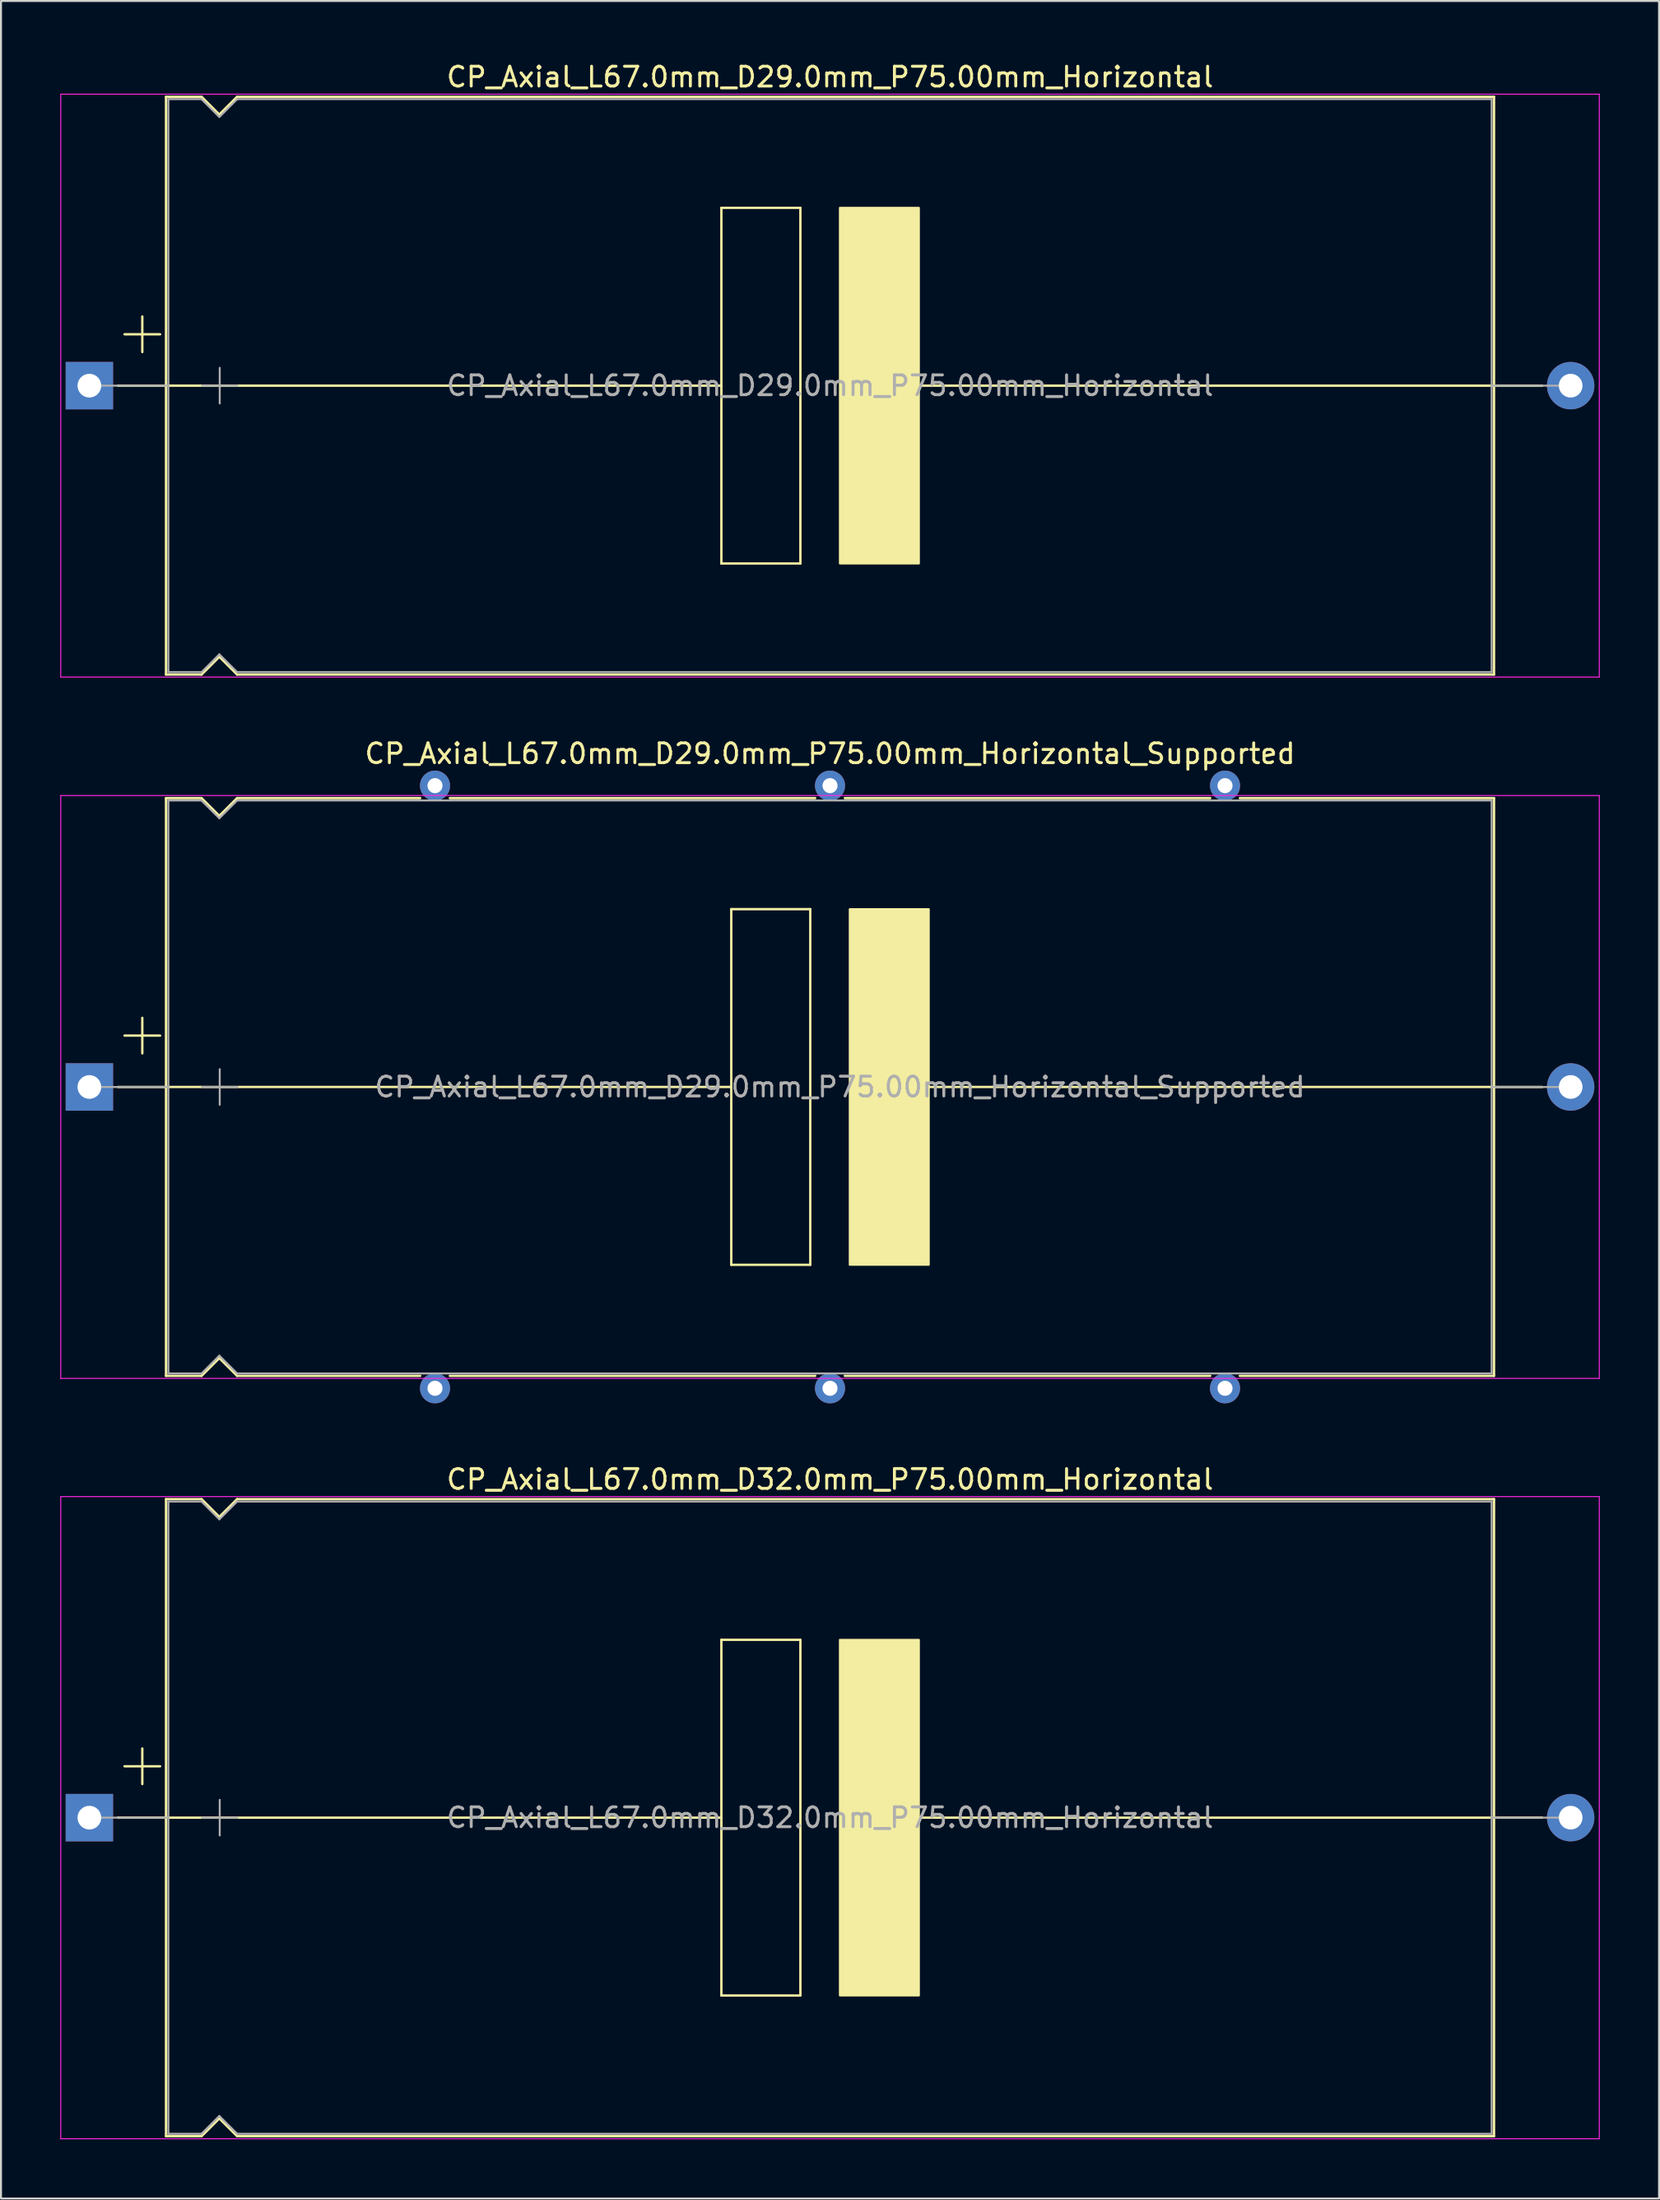
<source format=kicad_pcb>
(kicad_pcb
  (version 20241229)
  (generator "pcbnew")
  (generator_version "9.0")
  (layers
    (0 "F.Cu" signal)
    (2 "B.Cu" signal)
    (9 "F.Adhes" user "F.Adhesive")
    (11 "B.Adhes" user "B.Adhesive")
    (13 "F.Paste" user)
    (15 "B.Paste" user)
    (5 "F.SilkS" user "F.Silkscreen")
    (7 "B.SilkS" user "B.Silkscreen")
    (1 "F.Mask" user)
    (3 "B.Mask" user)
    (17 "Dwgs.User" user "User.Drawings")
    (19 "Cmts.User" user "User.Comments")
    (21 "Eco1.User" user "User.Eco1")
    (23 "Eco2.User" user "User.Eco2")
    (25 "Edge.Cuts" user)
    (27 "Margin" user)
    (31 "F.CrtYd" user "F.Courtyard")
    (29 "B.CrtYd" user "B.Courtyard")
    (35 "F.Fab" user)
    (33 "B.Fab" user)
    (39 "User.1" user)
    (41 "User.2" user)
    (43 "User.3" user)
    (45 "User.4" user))
  (footprint "CP_Axial_L67.0mm_D32.0mm_P75.00mm_Horizontal"
    (layer "F.Cu")
    (at 1.475 88.942)
    (property "Reference" "CP_Axial_L67.0mm_D32.0mm_P75.00mm_Horizontal" (at 37.5 -17.12 0) (layer "F.SilkS") (effects (font (size 1 1) (thickness 0.15))))
    (attr through_hole)
    (fp_line (start 1.44 0) (end 3.88 0) (stroke (width 0.12) (type solid)) (layer "F.SilkS"))
    (fp_line (start 1.78 -2.6) (end 3.58 -2.6) (stroke (width 0.12) (type solid)) (layer "F.SilkS"))
    (fp_line (start 2.68 -3.5) (end 2.68 -1.7) (stroke (width 0.12) (type solid)) (layer "F.SilkS"))
    (fp_line (start 3.88 -16.12) (end 3.88 16.12) (stroke (width 0.12) (type solid)) (layer "F.SilkS"))
    (fp_line (start 3.88 -16.12) (end 5.68 -16.12) (stroke (width 0.12) (type solid)) (layer "F.SilkS"))
    (fp_line (start 3.88 0) (end 32 0) (stroke (width 0.12) (type solid)) (layer "F.SilkS"))
    (fp_line (start 3.88 16.12) (end 5.68 16.12) (stroke (width 0.12) (type solid)) (layer "F.SilkS"))
    (fp_line (start 5.68 -16.12) (end 6.58 -15.22) (stroke (width 0.12) (type solid)) (layer "F.SilkS"))
    (fp_line (start 5.68 16.12) (end 6.58 15.22) (stroke (width 0.12) (type solid)) (layer "F.SilkS"))
    (fp_line (start 6.58 -15.22) (end 7.48 -16.12) (stroke (width 0.12) (type solid)) (layer "F.SilkS"))
    (fp_line (start 6.58 15.22) (end 7.48 16.12) (stroke (width 0.12) (type solid)) (layer "F.SilkS"))
    (fp_line (start 7.48 -16.12) (end 71.12 -16.12) (stroke (width 0.12) (type solid)) (layer "F.SilkS"))
    (fp_line (start 7.48 16.12) (end 71.12 16.12) (stroke (width 0.12) (type solid)) (layer "F.SilkS"))
    (fp_line (start 32 -9) (end 36 -9) (stroke (width 0.12) (type solid)) (layer "F.SilkS"))
    (fp_line (start 32 9) (end 32 -9) (stroke (width 0.12) (type solid)) (layer "F.SilkS"))
    (fp_line (start 36 -9) (end 36 9) (stroke (width 0.12) (type solid)) (layer "F.SilkS"))
    (fp_line (start 36 9) (end 32 9) (stroke (width 0.12) (type solid)) (layer "F.SilkS"))
    (fp_line (start 42 0) (end 71.12 0) (stroke (width 0.12) (type solid)) (layer "F.SilkS"))
    (fp_line (start 71.12 -16.12) (end 71.12 16.12) (stroke (width 0.12) (type solid)) (layer "F.SilkS"))
    (fp_line (start 73.56 0) (end 71.12 0) (stroke (width 0.12) (type solid)) (layer "F.SilkS"))
    (fp_poly (pts (xy 42 9) (xy 38 9) (xy 38 -9) (xy 42 -9)) (stroke (width 0.1) (type solid)) (fill yes) (layer "F.SilkS"))
    (fp_line (start -1.45 -16.25) (end -1.45 16.25) (stroke (width 0.05) (type solid)) (layer "F.CrtYd"))
    (fp_line (start -1.45 16.25) (end 76.45 16.25) (stroke (width 0.05) (type solid)) (layer "F.CrtYd"))
    (fp_line (start 76.45 -16.25) (end -1.45 -16.25) (stroke (width 0.05) (type solid)) (layer "F.CrtYd"))
    (fp_line (start 76.45 16.25) (end 76.45 -16.25) (stroke (width 0.05) (type solid)) (layer "F.CrtYd"))
    (fp_line (start 0 0) (end 4 0) (stroke (width 0.1) (type solid)) (layer "F.Fab"))
    (fp_line (start 4 -16) (end 4 16) (stroke (width 0.1) (type solid)) (layer "F.Fab"))
    (fp_line (start 4 -16) (end 5.68 -16) (stroke (width 0.1) (type solid)) (layer "F.Fab"))
    (fp_line (start 4 16) (end 5.68 16) (stroke (width 0.1) (type solid)) (layer "F.Fab"))
    (fp_line (start 5.68 -16) (end 6.58 -15.1) (stroke (width 0.1) (type solid)) (layer "F.Fab"))
    (fp_line (start 5.68 16) (end 6.58 15.1) (stroke (width 0.1) (type solid)) (layer "F.Fab"))
    (fp_line (start 5.7 0) (end 7.5 0) (stroke (width 0.1) (type solid)) (layer "F.Fab"))
    (fp_line (start 6.58 -15.1) (end 7.48 -16) (stroke (width 0.1) (type solid)) (layer "F.Fab"))
    (fp_line (start 6.58 15.1) (end 7.48 16) (stroke (width 0.1) (type solid)) (layer "F.Fab"))
    (fp_line (start 6.6 -0.9) (end 6.6 0.9) (stroke (width 0.1) (type solid)) (layer "F.Fab"))
    (fp_line (start 7.48 -16) (end 71 -16) (stroke (width 0.1) (type solid)) (layer "F.Fab"))
    (fp_line (start 7.48 16) (end 71 16) (stroke (width 0.1) (type solid)) (layer "F.Fab"))
    (fp_line (start 71 -16) (end 71 16) (stroke (width 0.1) (type solid)) (layer "F.Fab"))
    (fp_line (start 75 0) (end 71 0) (stroke (width 0.1) (type solid)) (layer "F.Fab"))
    (fp_text user "${REFERENCE}" (at 37.5 0 0) (layer "F.Fab") (effects (font (size 1 1) (thickness 0.15))))
    (pad "1" thru_hole rect (at 0 0) (size 2.4 2.4) (drill 1.2) (layers "*.Cu" "*.Mask"))
    (pad "2" thru_hole oval (at 75 0) (size 2.4 2.4) (drill 1.2) (layers "*.Cu" "*.Mask")))
  (footprint "CP_Axial_L67.0mm_D29.0mm_P75.00mm_Horizontal_Supported"
    (layer "F.Cu")
    (at 1.475 51.962)
    (property "Reference" "CP_Axial_L67.0mm_D29.0mm_P75.00mm_Horizontal_Supported" (at 37.5 -16.87 0) (layer "F.SilkS") (effects (font (size 1 1) (thickness 0.15))))
    (attr through_hole)
    (fp_line (start 1.44 0) (end 3.88 0) (stroke (width 0.12) (type solid)) (layer "F.SilkS"))
    (fp_line (start 1.78 -2.6) (end 3.58 -2.6) (stroke (width 0.12) (type solid)) (layer "F.SilkS"))
    (fp_line (start 2.68 -3.5) (end 2.68 -1.7) (stroke (width 0.12) (type solid)) (layer "F.SilkS"))
    (fp_line (start 3.88 -14.62) (end 3.88 14.62) (stroke (width 0.12) (type solid)) (layer "F.SilkS"))
    (fp_line (start 3.88 -14.62) (end 5.68 -14.62) (stroke (width 0.12) (type solid)) (layer "F.SilkS"))
    (fp_line (start 3.88 0) (end 32.5 0) (stroke (width 0.12) (type solid)) (layer "F.SilkS"))
    (fp_line (start 3.88 14.62) (end 5.68 14.62) (stroke (width 0.12) (type solid)) (layer "F.SilkS"))
    (fp_line (start 5.68 -14.62) (end 6.58 -13.72) (stroke (width 0.12) (type solid)) (layer "F.SilkS"))
    (fp_line (start 5.68 14.62) (end 6.58 13.72) (stroke (width 0.12) (type solid)) (layer "F.SilkS"))
    (fp_line (start 6.58 -13.72) (end 7.48 -14.62) (stroke (width 0.12) (type solid)) (layer "F.SilkS"))
    (fp_line (start 6.58 13.72) (end 7.48 14.62) (stroke (width 0.12) (type solid)) (layer "F.SilkS"))
    (fp_line (start 7.48 -14.62) (end 16.75 -14.62) (stroke (width 0.12) (type solid)) (layer "F.SilkS"))
    (fp_line (start 7.48 14.62) (end 16.75 14.62) (stroke (width 0.12) (type solid)) (layer "F.SilkS"))
    (fp_line (start 18.25 -14.62) (end 36.75 -14.62) (stroke (width 0.12) (type solid)) (layer "F.SilkS"))
    (fp_line (start 18.25 14.62) (end 36.75 14.62) (stroke (width 0.12) (type solid)) (layer "F.SilkS"))
    (fp_line (start 32.5 -9) (end 36.5 -9) (stroke (width 0.12) (type solid)) (layer "F.SilkS"))
    (fp_line (start 32.5 9) (end 32.5 -9) (stroke (width 0.12) (type solid)) (layer "F.SilkS"))
    (fp_line (start 36.5 -9) (end 36.5 9) (stroke (width 0.12) (type solid)) (layer "F.SilkS"))
    (fp_line (start 36.5 9) (end 32.5 9) (stroke (width 0.12) (type solid)) (layer "F.SilkS"))
    (fp_line (start 38.25 -14.62) (end 56.75 -14.62) (stroke (width 0.12) (type solid)) (layer "F.SilkS"))
    (fp_line (start 38.25 14.62) (end 56.75 14.62) (stroke (width 0.12) (type solid)) (layer "F.SilkS"))
    (fp_line (start 42 0) (end 71.12 0) (stroke (width 0.12) (type solid)) (layer "F.SilkS"))
    (fp_line (start 58.25 -14.62) (end 71.12 -14.62) (stroke (width 0.12) (type solid)) (layer "F.SilkS"))
    (fp_line (start 58.25 14.62) (end 71.12 14.62) (stroke (width 0.12) (type solid)) (layer "F.SilkS"))
    (fp_line (start 71.12 -14.62) (end 71.12 14.62) (stroke (width 0.12) (type solid)) (layer "F.SilkS"))
    (fp_line (start 73.56 0) (end 71.12 0) (stroke (width 0.12) (type solid)) (layer "F.SilkS"))
    (fp_poly (pts (xy 42.5 9) (xy 38.5 9) (xy 38.5 -9) (xy 42.5 -9)) (stroke (width 0.1) (type solid)) (fill yes) (layer "F.SilkS"))
    (fp_line (start -1.45 -14.75) (end -1.45 14.75) (stroke (width 0.05) (type solid)) (layer "F.CrtYd"))
    (fp_line (start -1.45 14.75) (end 76.45 14.75) (stroke (width 0.05) (type solid)) (layer "F.CrtYd"))
    (fp_line (start 76.45 -14.75) (end -1.45 -14.75) (stroke (width 0.05) (type solid)) (layer "F.CrtYd"))
    (fp_line (start 76.45 14.75) (end 76.45 -14.75) (stroke (width 0.05) (type solid)) (layer "F.CrtYd"))
    (fp_line (start 0 0) (end 4 0) (stroke (width 0.1) (type solid)) (layer "F.Fab"))
    (fp_line (start 4 -14.5) (end 4 14.5) (stroke (width 0.1) (type solid)) (layer "F.Fab"))
    (fp_line (start 4 -14.5) (end 5.68 -14.5) (stroke (width 0.1) (type solid)) (layer "F.Fab"))
    (fp_line (start 4 14.5) (end 5.68 14.5) (stroke (width 0.1) (type solid)) (layer "F.Fab"))
    (fp_line (start 5.68 -14.5) (end 6.58 -13.6) (stroke (width 0.1) (type solid)) (layer "F.Fab"))
    (fp_line (start 5.68 14.5) (end 6.58 13.6) (stroke (width 0.1) (type solid)) (layer "F.Fab"))
    (fp_line (start 5.7 0) (end 7.5 0) (stroke (width 0.1) (type solid)) (layer "F.Fab"))
    (fp_line (start 6.58 -13.6) (end 7.48 -14.5) (stroke (width 0.1) (type solid)) (layer "F.Fab"))
    (fp_line (start 6.58 13.6) (end 7.48 14.5) (stroke (width 0.1) (type solid)) (layer "F.Fab"))
    (fp_line (start 6.6 -0.9) (end 6.6 0.9) (stroke (width 0.1) (type solid)) (layer "F.Fab"))
    (fp_line (start 7.48 -14.5) (end 71 -14.5) (stroke (width 0.1) (type solid)) (layer "F.Fab"))
    (fp_line (start 7.48 14.5) (end 71 14.5) (stroke (width 0.1) (type solid)) (layer "F.Fab"))
    (fp_line (start 71 -14.5) (end 71 14.5) (stroke (width 0.1) (type solid)) (layer "F.Fab"))
    (fp_line (start 75 0) (end 71 0) (stroke (width 0.1) (type solid)) (layer "F.Fab"))
    (fp_text user "${REFERENCE}" (at 38 0 0) (layer "F.Fab") (effects (font (size 1 1) (thickness 0.15))))
    (pad "" thru_hole circle (at 17.5 -15.25) (size 1.524 1.524) (drill 0.762) (layers "*.Cu" "*.Mask"))
    (pad "" thru_hole circle (at 17.5 15.25) (size 1.524 1.524) (drill 0.762) (layers "*.Cu" "*.Mask"))
    (pad "" thru_hole circle (at 37.5 -15.25) (size 1.524 1.524) (drill 0.762) (layers "*.Cu" "*.Mask"))
    (pad "" thru_hole circle (at 37.5 15.25) (size 1.524 1.524) (drill 0.762) (layers "*.Cu" "*.Mask"))
    (pad "" thru_hole circle (at 57.5 -15.25) (size 1.524 1.524) (drill 0.762) (layers "*.Cu" "*.Mask"))
    (pad "" thru_hole circle (at 57.5 15.25) (size 1.524 1.524) (drill 0.762) (layers "*.Cu" "*.Mask"))
    (pad "1" thru_hole rect (at 0 0) (size 2.4 2.4) (drill 1.2) (layers "*.Cu" "*.Mask"))
    (pad "2" thru_hole oval (at 75 0) (size 2.4 2.4) (drill 1.2) (layers "*.Cu" "*.Mask")))
  (footprint "CP_Axial_L67.0mm_D29.0mm_P75.00mm_Horizontal"
    (layer "F.Cu")
    (at 1.475 16.468)
    (property "Reference" "CP_Axial_L67.0mm_D29.0mm_P75.00mm_Horizontal" (at 37.5 -15.62 0) (layer "F.SilkS") (effects (font (size 1 1) (thickness 0.15))))
    (attr through_hole)
    (fp_line (start 1.44 0) (end 3.88 0) (stroke (width 0.12) (type solid)) (layer "F.SilkS"))
    (fp_line (start 1.78 -2.6) (end 3.58 -2.6) (stroke (width 0.12) (type solid)) (layer "F.SilkS"))
    (fp_line (start 2.68 -3.5) (end 2.68 -1.7) (stroke (width 0.12) (type solid)) (layer "F.SilkS"))
    (fp_line (start 3.873 0) (end 32 0) (stroke (width 0.12) (type solid)) (layer "F.SilkS"))
    (fp_line (start 3.88 -14.62) (end 3.88 14.62) (stroke (width 0.12) (type solid)) (layer "F.SilkS"))
    (fp_line (start 3.88 -14.62) (end 5.68 -14.62) (stroke (width 0.12) (type solid)) (layer "F.SilkS"))
    (fp_line (start 3.88 14.62) (end 5.68 14.62) (stroke (width 0.12) (type solid)) (layer "F.SilkS"))
    (fp_line (start 5.68 -14.62) (end 6.58 -13.72) (stroke (width 0.12) (type solid)) (layer "F.SilkS"))
    (fp_line (start 5.68 14.62) (end 6.58 13.72) (stroke (width 0.12) (type solid)) (layer "F.SilkS"))
    (fp_line (start 6.58 -13.72) (end 7.48 -14.62) (stroke (width 0.12) (type solid)) (layer "F.SilkS"))
    (fp_line (start 6.58 13.72) (end 7.48 14.62) (stroke (width 0.12) (type solid)) (layer "F.SilkS"))
    (fp_line (start 7.48 -14.62) (end 71.12 -14.62) (stroke (width 0.12) (type solid)) (layer "F.SilkS"))
    (fp_line (start 7.48 14.62) (end 71.12 14.62) (stroke (width 0.12) (type solid)) (layer "F.SilkS"))
    (fp_line (start 32 -9) (end 36 -9) (stroke (width 0.12) (type solid)) (layer "F.SilkS"))
    (fp_line (start 32 9) (end 32 -9) (stroke (width 0.12) (type solid)) (layer "F.SilkS"))
    (fp_line (start 36 -9) (end 36 9) (stroke (width 0.12) (type solid)) (layer "F.SilkS"))
    (fp_line (start 36 9) (end 32 9) (stroke (width 0.12) (type solid)) (layer "F.SilkS"))
    (fp_line (start 42 0) (end 71.12 0) (stroke (width 0.12) (type solid)) (layer "F.SilkS"))
    (fp_line (start 71.12 -14.62) (end 71.12 14.62) (stroke (width 0.12) (type solid)) (layer "F.SilkS"))
    (fp_line (start 73.56 0) (end 71.12 0) (stroke (width 0.12) (type solid)) (layer "F.SilkS"))
    (fp_poly (pts (xy 42 9) (xy 38 9) (xy 38 -9) (xy 42 -9)) (stroke (width 0.1) (type solid)) (fill yes) (layer "F.SilkS"))
    (fp_line (start -1.45 -14.75) (end -1.45 14.75) (stroke (width 0.05) (type solid)) (layer "F.CrtYd"))
    (fp_line (start -1.45 14.75) (end 76.45 14.75) (stroke (width 0.05) (type solid)) (layer "F.CrtYd"))
    (fp_line (start 76.45 -14.75) (end -1.45 -14.75) (stroke (width 0.05) (type solid)) (layer "F.CrtYd"))
    (fp_line (start 76.45 14.75) (end 76.45 -14.75) (stroke (width 0.05) (type solid)) (layer "F.CrtYd"))
    (fp_line (start 0 0) (end 4 0) (stroke (width 0.1) (type solid)) (layer "F.Fab"))
    (fp_line (start 4 -14.5) (end 4 14.5) (stroke (width 0.1) (type solid)) (layer "F.Fab"))
    (fp_line (start 4 -14.5) (end 5.68 -14.5) (stroke (width 0.1) (type solid)) (layer "F.Fab"))
    (fp_line (start 4 14.5) (end 5.68 14.5) (stroke (width 0.1) (type solid)) (layer "F.Fab"))
    (fp_line (start 5.68 -14.5) (end 6.58 -13.6) (stroke (width 0.1) (type solid)) (layer "F.Fab"))
    (fp_line (start 5.68 14.5) (end 6.58 13.6) (stroke (width 0.1) (type solid)) (layer "F.Fab"))
    (fp_line (start 5.7 0) (end 7.5 0) (stroke (width 0.1) (type solid)) (layer "F.Fab"))
    (fp_line (start 6.58 -13.6) (end 7.48 -14.5) (stroke (width 0.1) (type solid)) (layer "F.Fab"))
    (fp_line (start 6.58 13.6) (end 7.48 14.5) (stroke (width 0.1) (type solid)) (layer "F.Fab"))
    (fp_line (start 6.6 -0.9) (end 6.6 0.9) (stroke (width 0.1) (type solid)) (layer "F.Fab"))
    (fp_line (start 7.48 -14.5) (end 71 -14.5) (stroke (width 0.1) (type solid)) (layer "F.Fab"))
    (fp_line (start 7.48 14.5) (end 71 14.5) (stroke (width 0.1) (type solid)) (layer "F.Fab"))
    (fp_line (start 71 -14.5) (end 71 14.5) (stroke (width 0.1) (type solid)) (layer "F.Fab"))
    (fp_line (start 75 0) (end 71 0) (stroke (width 0.1) (type solid)) (layer "F.Fab"))
    (fp_text user "${REFERENCE}" (at 37.5 0 0) (layer "F.Fab") (effects (font (size 1 1) (thickness 0.15))))
    (pad "1" thru_hole rect (at 0 0) (size 2.4 2.4) (drill 1.2) (layers "*.Cu" "*.Mask"))
    (pad "2" thru_hole oval (at 75 0) (size 2.4 2.4) (drill 1.2) (layers "*.Cu" "*.Mask")))
  (gr_rect
    (start -3 -3)
    (end 80.95 108.217)
    (stroke (width 0.1) (type default))
    (fill no)
    (layer "Edge.Cuts")))
</source>
